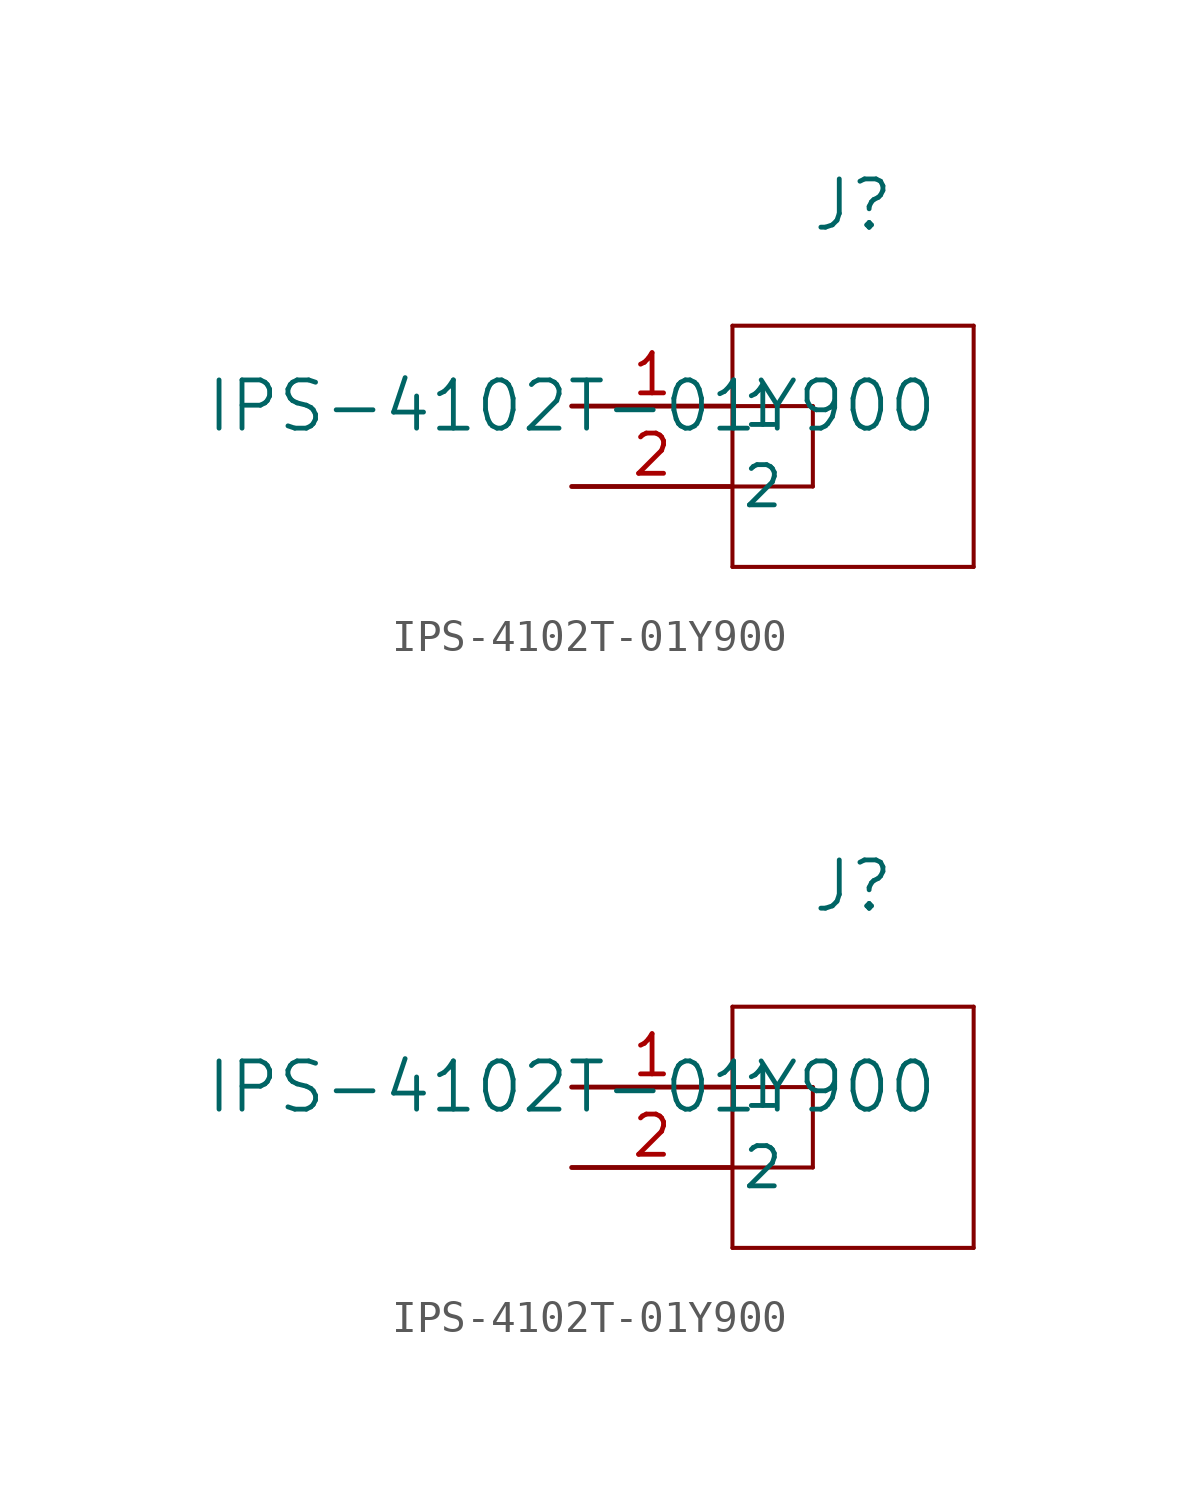
<source format=kicad_sym>
(kicad_symbol_lib
  (version 20220914)
  (generator kicad_symbol_editor)
  (symbol "IPS-4102T-01Y900"
    (pin_names
      (offset 0.254))
    (property "Reference" "J"
      (at 8.89 6.35 0)
      (effects (font (size 1.524 1.524))))
    (property "Value" "IPS-4102T-01Y900"
      (at 0 0 0)
      (effects (font (size 1.524 1.524))))
    (property "ki_locked" ""
      (at 0 0 0)
      (effects (font (size 1.27 1.27))))
    (symbol "IPS-4102T-01Y900_1_1"
      (polyline (pts (xy 5.08 -5.08) (xy 12.7 -5.08)) (stroke (width 0.127) (type default)) (fill (type none)))
      (polyline (pts (xy 5.08 -2.54) (xy 7.62 -2.54)) (stroke (width 0.127) (type default)) (fill (type none)))
      (polyline (pts (xy 5.08 0) (xy 7.62 0)) (stroke (width 0.127) (type default)) (fill (type none)))
      (polyline (pts (xy 5.08 2.54) (xy 5.08 -5.08)) (stroke (width 0.127) (type default)) (fill (type none)))
      (polyline (pts (xy 7.62 -2.54) (xy 7.62 0)) (stroke (width 0.127) (type default)) (fill (type none)))
      (polyline (pts (xy 12.7 -5.08) (xy 12.7 2.54)) (stroke (width 0.127) (type default)) (fill (type none)))
      (polyline (pts (xy 12.7 2.54) (xy 5.08 2.54)) (stroke (width 0.127) (type default)) (fill (type none)))
      (pin passive line (at 0 0 0) (length 5.08) (name "1" (effects (font (size 1.27 1.27)))) (number "1" (effects (font (size 1.27 1.27)))))
      (pin passive line (at 0 -2.54 0) (length 5.08) (name "2" (effects (font (size 1.27 1.27)))) (number "2" (effects (font (size 1.27 1.27))))))
    (symbol "IPS-4102T-01Y900_1_2"
      (polyline (pts (xy 5.08 -5.08) (xy 12.7 -5.08)) (stroke (width 0.127) (type default)) (fill (type none)))
      (polyline (pts (xy 5.08 -2.54) (xy 7.62 -2.54)) (stroke (width 0.127) (type default)) (fill (type none)))
      (polyline (pts (xy 5.08 0) (xy 7.62 0)) (stroke (width 0.127) (type default)) (fill (type none)))
      (polyline (pts (xy 5.08 2.54) (xy 5.08 -5.08)) (stroke (width 0.127) (type default)) (fill (type none)))
      (polyline (pts (xy 7.62 -2.54) (xy 7.62 0)) (stroke (width 0.127) (type default)) (fill (type none)))
      (polyline (pts (xy 12.7 -5.08) (xy 12.7 2.54)) (stroke (width 0.127) (type default)) (fill (type none)))
      (polyline (pts (xy 12.7 2.54) (xy 5.08 2.54)) (stroke (width 0.127) (type default)) (fill (type none)))
      (pin passive line (at 0 0 0) (length 5.08) (name "1" (effects (font (size 1.27 1.27)))) (number "1" (effects (font (size 1.27 1.27)))))
      (pin passive line (at 0 -2.54 0) (length 5.08) (name "2" (effects (font (size 1.27 1.27)))) (number "2" (effects (font (size 1.27 1.27))))))))
</source>
